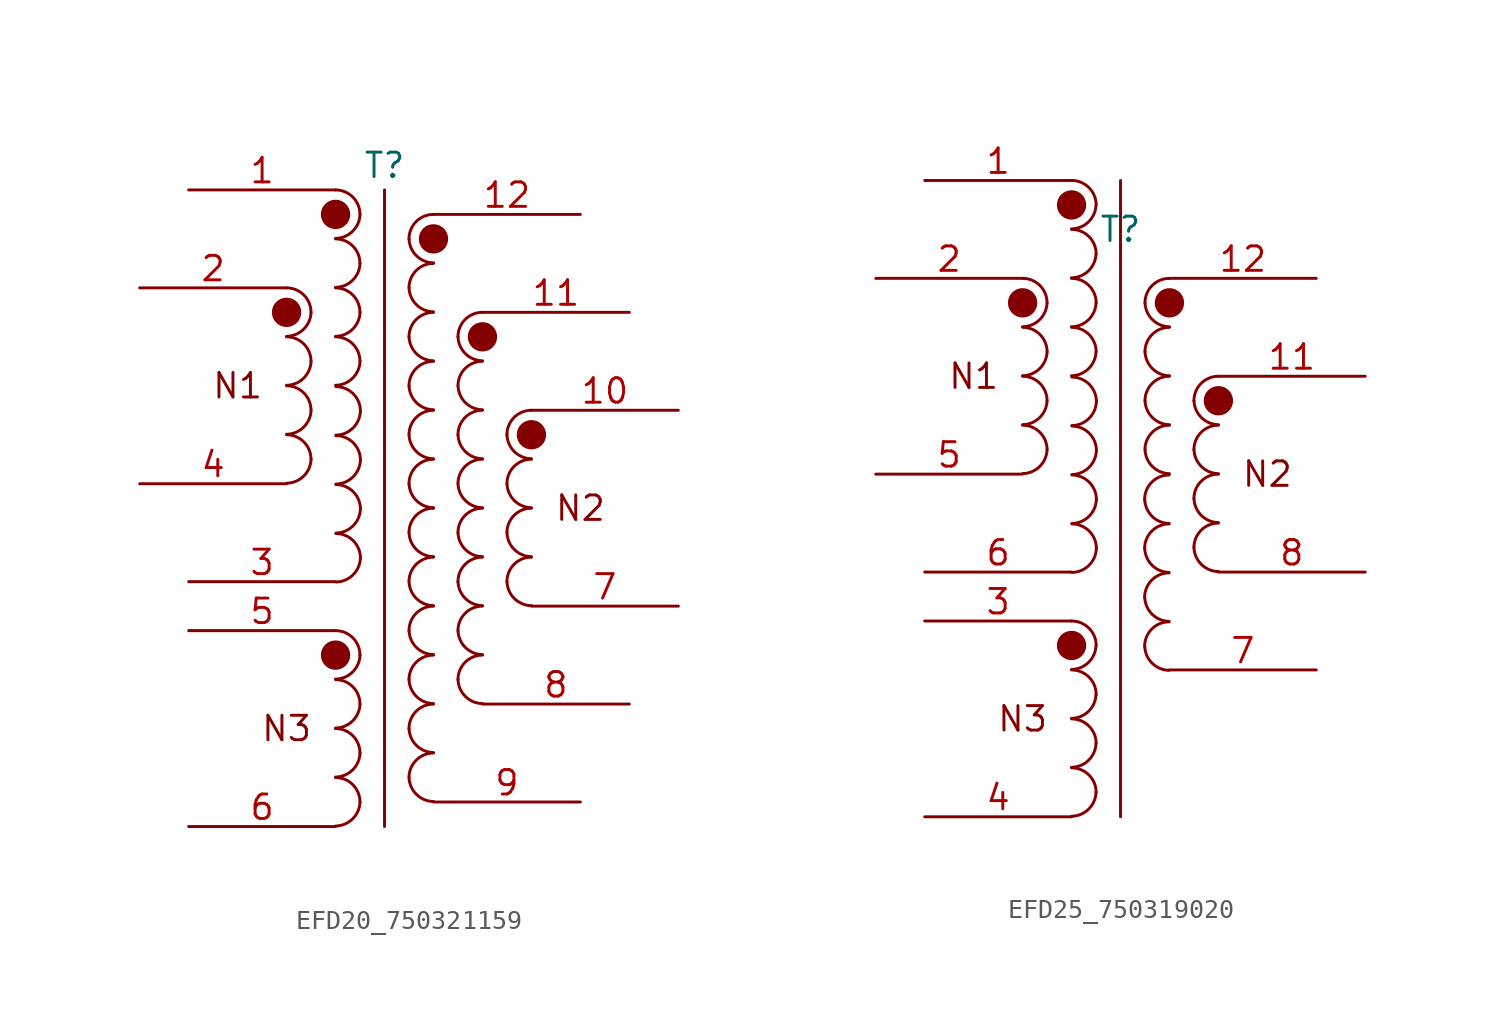
<source format=kicad_sym>
(kicad_symbol_lib
  (version 20220914)
  (generator kicad_symbol_editor)
  (symbol "EFD20_750321159"
    (pin_names hide)
    (property "Reference" "T"
      (at 0 17.78 0)
      (effects (font (size 1.27 1.27))))
    (symbol "EFD20_750321159_0_1"
      (arc (start -5.08 1.2954) (mid -4.1961 1.6637) (end -3.81 2.54) (stroke (width 0) (type default)) (fill (type none)))
      (arc (start -5.08 3.8354) (mid -4.1961 4.2037) (end -3.81 5.08) (stroke (width 0) (type default)) (fill (type none)))
      (arc (start -5.08 6.3754) (mid -4.1961 6.7437) (end -3.81 7.62) (stroke (width 0) (type default)) (fill (type none)))
      (arc (start -5.08 8.9154) (mid -4.1961 9.2837) (end -3.81 10.16) (stroke (width 0) (type default)) (fill (type none)))
      (arc (start -3.81 2.54) (mid -4.182 3.438) (end -5.08 3.81) (stroke (width 0) (type default)) (fill (type none)))
      (arc (start -3.81 5.08) (mid -4.182 5.978) (end -5.08 6.35) (stroke (width 0) (type default)) (fill (type none)))
      (arc (start -3.81 7.62) (mid -4.182 8.518) (end -5.08 8.89) (stroke (width 0) (type default)) (fill (type none)))
      (arc (start -3.81 10.16) (mid -4.182 11.058) (end -5.08 11.43) (stroke (width 0) (type default)) (fill (type none)))
      (arc (start -2.54 -16.4846) (mid -1.6561 -16.1163) (end -1.27 -15.24) (stroke (width 0) (type default)) (fill (type none)))
      (arc (start -2.54 -13.9446) (mid -1.6561 -13.5763) (end -1.27 -12.7) (stroke (width 0) (type default)) (fill (type none)))
      (arc (start -2.54 -11.4046) (mid -1.6561 -11.0363) (end -1.27 -10.16) (stroke (width 0) (type default)) (fill (type none)))
      (arc (start -2.54 -8.8646) (mid -1.6561 -8.4963) (end -1.27 -7.62) (stroke (width 0) (type default)) (fill (type none)))
      (arc (start -2.54 6.3754) (mid -1.6561 6.7437) (end -1.27 7.62) (stroke (width 0) (type default)) (fill (type none)))
      (arc (start -2.54 8.9154) (mid -1.6561 9.2837) (end -1.27 10.16) (stroke (width 0) (type default)) (fill (type none)))
      (arc (start -2.54 11.4554) (mid -1.6561 11.8237) (end -1.27 12.7) (stroke (width 0) (type default)) (fill (type none)))
      (arc (start -2.54 13.9954) (mid -1.6561 14.3637) (end -1.27 15.24) (stroke (width 0) (type default)) (fill (type none)))
      (arc (start -2.5215 -3.8291) (mid -1.6376 -3.4608) (end -1.2515 -2.5845) (stroke (width 0) (type default)) (fill (type none)))
      (arc (start -2.5215 -1.2891) (mid -1.6376 -0.9208) (end -1.2515 -0.0445) (stroke (width 0) (type default)) (fill (type none)))
      (arc (start -2.5215 1.2509) (mid -1.6376 1.6192) (end -1.2515 2.4955) (stroke (width 0) (type default)) (fill (type none)))
      (arc (start -2.5215 3.7909) (mid -1.6376 4.1592) (end -1.2515 5.0355) (stroke (width 0) (type default)) (fill (type none)))
      (arc (start -1.27 -15.24) (mid -1.642 -14.342) (end -2.54 -13.97) (stroke (width 0) (type default)) (fill (type none)))
      (arc (start -1.27 -12.7) (mid -1.642 -11.802) (end -2.54 -11.43) (stroke (width 0) (type default)) (fill (type none)))
      (arc (start -1.27 -10.16) (mid -1.642 -9.262) (end -2.54 -8.89) (stroke (width 0) (type default)) (fill (type none)))
      (arc (start -1.27 -7.62) (mid -1.642 -6.722) (end -2.54 -6.35) (stroke (width 0) (type default)) (fill (type none)))
      (arc (start -1.27 7.62) (mid -1.642 8.518) (end -2.54 8.89) (stroke (width 0) (type default)) (fill (type none)))
      (arc (start -1.27 10.16) (mid -1.642 11.058) (end -2.54 11.43) (stroke (width 0) (type default)) (fill (type none)))
      (arc (start -1.27 12.7) (mid -1.642 13.598) (end -2.54 13.97) (stroke (width 0) (type default)) (fill (type none)))
      (arc (start -1.27 15.24) (mid -1.642 16.138) (end -2.54 16.51) (stroke (width 0) (type default)) (fill (type none)))
      (arc (start -1.2515 -2.5845) (mid -1.6235 -1.6865) (end -2.5215 -1.3145) (stroke (width 0) (type default)) (fill (type none)))
      (arc (start -1.2515 -0.0445) (mid -1.6235 0.8535) (end -2.5215 1.2255) (stroke (width 0) (type default)) (fill (type none)))
      (arc (start -1.2515 2.4955) (mid -1.6235 3.3935) (end -2.5215 3.7655) (stroke (width 0) (type default)) (fill (type none)))
      (arc (start -1.2515 5.0355) (mid -1.6235 5.9335) (end -2.5215 6.3055) (stroke (width 0) (type default)) (fill (type none)))
      (polyline (pts (xy 0 16.51) (xy 0 -16.51)) (stroke (width 0) (type default)) (fill (type none)))
      (arc (start 1.27 -13.97) (mid 1.656 -14.8464) (end 2.54 -15.2146) (stroke (width 0) (type default)) (fill (type none)))
      (arc (start 1.27 -11.43) (mid 1.656 -12.3064) (end 2.54 -12.6746) (stroke (width 0) (type default)) (fill (type none)))
      (arc (start 1.27 -8.89) (mid 1.656 -9.7664) (end 2.54 -10.1346) (stroke (width 0) (type default)) (fill (type none)))
      (arc (start 1.27 -6.35) (mid 1.656 -7.2264) (end 2.54 -7.5946) (stroke (width 0) (type default)) (fill (type none)))
      (arc (start 1.27 -3.81) (mid 1.656 -4.6864) (end 2.54 -5.0546) (stroke (width 0) (type default)) (fill (type none)))
      (arc (start 1.27 -1.27) (mid 1.656 -2.1464) (end 2.54 -2.5146) (stroke (width 0) (type default)) (fill (type none)))
      (arc (start 1.27 1.27) (mid 1.656 0.3936) (end 2.54 0.0254) (stroke (width 0) (type default)) (fill (type none)))
      (arc (start 1.27 3.81) (mid 1.656 2.9336) (end 2.54 2.5654) (stroke (width 0) (type default)) (fill (type none)))
      (arc (start 1.27 6.35) (mid 1.656 5.4736) (end 2.54 5.1054) (stroke (width 0) (type default)) (fill (type none)))
      (arc (start 1.27 8.89) (mid 1.656 8.0136) (end 2.54 7.6454) (stroke (width 0) (type default)) (fill (type none)))
      (arc (start 1.27 11.43) (mid 1.656 10.5536) (end 2.54 10.1854) (stroke (width 0) (type default)) (fill (type none)))
      (arc (start 1.27 13.97) (mid 1.656 13.0936) (end 2.54 12.7254) (stroke (width 0) (type default)) (fill (type none)))
      (arc (start 2.54 -12.7) (mid 1.642 -13.072) (end 1.27 -13.97) (stroke (width 0) (type default)) (fill (type none)))
      (arc (start 2.54 -10.16) (mid 1.642 -10.532) (end 1.27 -11.43) (stroke (width 0) (type default)) (fill (type none)))
      (arc (start 2.54 -7.62) (mid 1.642 -7.992) (end 1.27 -8.89) (stroke (width 0) (type default)) (fill (type none)))
      (arc (start 2.54 -5.08) (mid 1.642 -5.452) (end 1.27 -6.35) (stroke (width 0) (type default)) (fill (type none)))
      (arc (start 2.54 -2.54) (mid 1.642 -2.912) (end 1.27 -3.81) (stroke (width 0) (type default)) (fill (type none)))
      (arc (start 2.54 0) (mid 1.642 -0.372) (end 1.27 -1.27) (stroke (width 0) (type default)) (fill (type none)))
      (arc (start 2.54 2.54) (mid 1.642 2.168) (end 1.27 1.27) (stroke (width 0) (type default)) (fill (type none)))
      (arc (start 2.54 5.08) (mid 1.642 4.708) (end 1.27 3.81) (stroke (width 0) (type default)) (fill (type none)))
      (arc (start 2.54 7.62) (mid 1.642 7.248) (end 1.27 6.35) (stroke (width 0) (type default)) (fill (type none)))
      (arc (start 2.54 10.16) (mid 1.642 9.788) (end 1.27 8.89) (stroke (width 0) (type default)) (fill (type none)))
      (arc (start 2.54 12.7) (mid 1.642 12.328) (end 1.27 11.43) (stroke (width 0) (type default)) (fill (type none)))
      (arc (start 2.54 15.24) (mid 1.642 14.868) (end 1.27 13.97) (stroke (width 0) (type default)) (fill (type none)))
      (arc (start 3.81 -8.89) (mid 4.196 -9.7664) (end 5.08 -10.1346) (stroke (width 0) (type default)) (fill (type none)))
      (arc (start 3.81 -6.35) (mid 4.196 -7.2264) (end 5.08 -7.5946) (stroke (width 0) (type default)) (fill (type none)))
      (arc (start 3.81 -3.81) (mid 4.196 -4.6864) (end 5.08 -5.0546) (stroke (width 0) (type default)) (fill (type none)))
      (arc (start 3.81 -1.27) (mid 4.196 -2.1464) (end 5.08 -2.5146) (stroke (width 0) (type default)) (fill (type none)))
      (arc (start 3.81 1.27) (mid 4.196 0.3936) (end 5.08 0.0254) (stroke (width 0) (type default)) (fill (type none)))
      (arc (start 3.81 3.81) (mid 4.196 2.9336) (end 5.08 2.5654) (stroke (width 0) (type default)) (fill (type none)))
      (arc (start 3.81 6.35) (mid 4.196 5.4736) (end 5.08 5.1054) (stroke (width 0) (type default)) (fill (type none)))
      (arc (start 3.81 8.89) (mid 4.196 8.0136) (end 5.08 7.6454) (stroke (width 0) (type default)) (fill (type none)))
      (arc (start 5.08 -7.62) (mid 4.182 -7.992) (end 3.81 -8.89) (stroke (width 0) (type default)) (fill (type none)))
      (arc (start 5.08 -5.08) (mid 4.182 -5.452) (end 3.81 -6.35) (stroke (width 0) (type default)) (fill (type none)))
      (arc (start 5.08 -2.54) (mid 4.182 -2.912) (end 3.81 -3.81) (stroke (width 0) (type default)) (fill (type none)))
      (arc (start 5.08 0) (mid 4.182 -0.372) (end 3.81 -1.27) (stroke (width 0) (type default)) (fill (type none)))
      (arc (start 5.08 2.54) (mid 4.182 2.168) (end 3.81 1.27) (stroke (width 0) (type default)) (fill (type none)))
      (arc (start 5.08 5.08) (mid 4.182 4.708) (end 3.81 3.81) (stroke (width 0) (type default)) (fill (type none)))
      (arc (start 5.08 7.62) (mid 4.182 7.248) (end 3.81 6.35) (stroke (width 0) (type default)) (fill (type none)))
      (arc (start 5.08 10.16) (mid 4.182 9.788) (end 3.81 8.89) (stroke (width 0) (type default)) (fill (type none)))
      (arc (start 6.35 -3.81) (mid 6.7361 -4.6863) (end 7.62 -5.0546) (stroke (width 0) (type default)) (fill (type none)))
      (arc (start 6.35 -1.27) (mid 6.7361 -2.1463) (end 7.62 -2.5146) (stroke (width 0) (type default)) (fill (type none)))
      (arc (start 6.35 1.27) (mid 6.7361 0.3937) (end 7.62 0.0254) (stroke (width 0) (type default)) (fill (type none)))
      (arc (start 6.35 3.81) (mid 6.7361 2.9337) (end 7.62 2.5654) (stroke (width 0) (type default)) (fill (type none)))
      (arc (start 7.62 -2.54) (mid 6.722 -2.912) (end 6.35 -3.81) (stroke (width 0) (type default)) (fill (type none)))
      (arc (start 7.62 0) (mid 6.722 -0.372) (end 6.35 -1.27) (stroke (width 0) (type default)) (fill (type none)))
      (arc (start 7.62 2.54) (mid 6.722 2.168) (end 6.35 1.27) (stroke (width 0) (type default)) (fill (type none)))
      (arc (start 7.62 5.08) (mid 6.722 4.708) (end 6.35 3.81) (stroke (width 0) (type default)) (fill (type none))))
    (symbol "EFD20_750321159_1_1"
      (circle (center -5.08 10.16) (radius 0.0001) (stroke (width 0.762) (type default)) (fill (type none)))
      (circle (center -2.54 -7.62) (radius 0.0001) (stroke (width 0.762) (type default)) (fill (type none)))
      (circle (center -2.54 15.24) (radius 0.0001) (stroke (width 0.762) (type default)) (fill (type none)))
      (circle (center 2.54 13.97) (radius 0.0001) (stroke (width 0.762) (type default)) (fill (type none)))
      (circle (center 5.08 8.89) (radius 0.0001) (stroke (width 0.762) (type default)) (fill (type none)))
      (circle (center 7.62 3.81) (radius 0.0001) (stroke (width 0.762) (type default)) (fill (type none)))
      (text "N1" (at -7.62 6.35 0) (effects (font (size 1.27 1.27))))
      (text "N2" (at 10.16 0 0) (effects (font (size 1.27 1.27))))
      (text "N3" (at -5.08 -11.43 0) (effects (font (size 1.27 1.27))))
      (pin passive line (at -10.16 16.51 0) (length 7.62) (name "1" (effects (font (size 1.27 1.27)))) (number "1" (effects (font (size 1.27 1.27)))))
      (pin passive line (at 15.24 5.08 180) (length 7.62) (name "10" (effects (font (size 1.27 1.27)))) (number "10" (effects (font (size 1.27 1.27)))))
      (pin passive line (at 12.7 10.16 180) (length 7.62) (name "11" (effects (font (size 1.27 1.27)))) (number "11" (effects (font (size 1.27 1.27)))))
      (pin passive line (at 10.16 15.24 180) (length 7.62) (name "12" (effects (font (size 1.27 1.27)))) (number "12" (effects (font (size 1.27 1.27)))))
      (pin passive line (at -12.7 11.43 0) (length 7.62) (name "2" (effects (font (size 1.27 1.27)))) (number "2" (effects (font (size 1.27 1.27)))))
      (pin passive line (at -10.16 -3.81 0) (length 7.62) (name "3" (effects (font (size 1.27 1.27)))) (number "3" (effects (font (size 1.27 1.27)))))
      (pin passive line (at -12.7 1.27 0) (length 7.62) (name "4" (effects (font (size 1.27 1.27)))) (number "4" (effects (font (size 1.27 1.27)))))
      (pin passive line (at -10.16 -6.35 0) (length 7.62) (name "5" (effects (font (size 1.27 1.27)))) (number "5" (effects (font (size 1.27 1.27)))))
      (pin passive line (at -10.16 -16.51 0) (length 7.62) (name "6" (effects (font (size 1.27 1.27)))) (number "6" (effects (font (size 1.27 1.27)))))
      (pin passive line (at 15.24 -5.08 180) (length 7.62) (name "7" (effects (font (size 1.27 1.27)))) (number "7" (effects (font (size 1.27 1.27)))))
      (pin passive line (at 12.7 -10.16 180) (length 7.62) (name "8" (effects (font (size 1.27 1.27)))) (number "8" (effects (font (size 1.27 1.27)))))
      (pin passive line (at 10.16 -15.24 180) (length 7.62) (name "9" (effects (font (size 1.27 1.27)))) (number "9" (effects (font (size 1.27 1.27)))))))
  (symbol "EFD25_750319020"
    (pin_names hide)
    (property "Reference" "T"
      (at 0 12.7 0)
      (effects (font (size 1.27 1.27))))
    (property "Critical Parameter" ""
      (at 0 -5.08 0)
      (effects (font (size 1.27 1.27)) (justify left)))
    (symbol "EFD25_750319020_0_1"
      (arc (start -5.08 0.0254) (mid -4.1961 0.3937) (end -3.81 1.27) (stroke (width 0) (type default)) (fill (type none)))
      (arc (start -5.08 2.5654) (mid -4.1961 2.9337) (end -3.81 3.81) (stroke (width 0) (type default)) (fill (type none)))
      (arc (start -5.08 5.1054) (mid -4.1961 5.4737) (end -3.81 6.35) (stroke (width 0) (type default)) (fill (type none)))
      (arc (start -5.08 7.6454) (mid -4.1961 8.0137) (end -3.81 8.89) (stroke (width 0) (type default)) (fill (type none)))
      (arc (start -3.81 1.27) (mid -4.182 2.168) (end -5.08 2.54) (stroke (width 0) (type default)) (fill (type none)))
      (arc (start -3.81 3.81) (mid -4.182 4.708) (end -5.08 5.08) (stroke (width 0) (type default)) (fill (type none)))
      (arc (start -3.81 6.35) (mid -4.182 7.248) (end -5.08 7.62) (stroke (width 0) (type default)) (fill (type none)))
      (arc (start -3.81 8.89) (mid -4.182 9.788) (end -5.08 10.16) (stroke (width 0) (type default)) (fill (type none)))
      (arc (start -2.54 -17.7546) (mid -1.6561 -17.3863) (end -1.27 -16.51) (stroke (width 0) (type default)) (fill (type none)))
      (arc (start -2.54 -15.2146) (mid -1.6561 -14.8463) (end -1.27 -13.97) (stroke (width 0) (type default)) (fill (type none)))
      (arc (start -2.54 -12.6746) (mid -1.6561 -12.3063) (end -1.27 -11.43) (stroke (width 0) (type default)) (fill (type none)))
      (arc (start -2.54 -10.1346) (mid -1.6561 -9.7663) (end -1.27 -8.89) (stroke (width 0) (type default)) (fill (type none)))
      (arc (start -2.54 5.1054) (mid -1.6561 5.4737) (end -1.27 6.35) (stroke (width 0) (type default)) (fill (type none)))
      (arc (start -2.54 7.6454) (mid -1.6561 8.0137) (end -1.27 8.89) (stroke (width 0) (type default)) (fill (type none)))
      (arc (start -2.54 10.1854) (mid -1.6561 10.5537) (end -1.27 11.43) (stroke (width 0) (type default)) (fill (type none)))
      (arc (start -2.54 12.7254) (mid -1.6561 13.0937) (end -1.27 13.97) (stroke (width 0) (type default)) (fill (type none)))
      (arc (start -2.5215 -5.0991) (mid -1.6376 -4.7308) (end -1.2515 -3.8545) (stroke (width 0) (type default)) (fill (type none)))
      (arc (start -2.5215 -2.5591) (mid -1.6376 -2.1908) (end -1.2515 -1.3145) (stroke (width 0) (type default)) (fill (type none)))
      (arc (start -2.5215 -0.0191) (mid -1.6376 0.3492) (end -1.2515 1.2255) (stroke (width 0) (type default)) (fill (type none)))
      (arc (start -2.5215 2.5209) (mid -1.6376 2.8892) (end -1.2515 3.7655) (stroke (width 0) (type default)) (fill (type none)))
      (arc (start -1.27 -16.51) (mid -1.642 -15.612) (end -2.54 -15.24) (stroke (width 0) (type default)) (fill (type none)))
      (arc (start -1.27 -13.97) (mid -1.642 -13.072) (end -2.54 -12.7) (stroke (width 0) (type default)) (fill (type none)))
      (arc (start -1.27 -11.43) (mid -1.642 -10.532) (end -2.54 -10.16) (stroke (width 0) (type default)) (fill (type none)))
      (arc (start -1.27 -8.89) (mid -1.642 -7.992) (end -2.54 -7.62) (stroke (width 0) (type default)) (fill (type none)))
      (arc (start -1.27 6.35) (mid -1.642 7.248) (end -2.54 7.62) (stroke (width 0) (type default)) (fill (type none)))
      (arc (start -1.27 8.89) (mid -1.642 9.788) (end -2.54 10.16) (stroke (width 0) (type default)) (fill (type none)))
      (arc (start -1.27 11.43) (mid -1.642 12.328) (end -2.54 12.7) (stroke (width 0) (type default)) (fill (type none)))
      (arc (start -1.27 13.97) (mid -1.642 14.868) (end -2.54 15.24) (stroke (width 0) (type default)) (fill (type none)))
      (arc (start -1.2515 -3.8545) (mid -1.6235 -2.9565) (end -2.5215 -2.5845) (stroke (width 0) (type default)) (fill (type none)))
      (arc (start -1.2515 -1.3145) (mid -1.6235 -0.4165) (end -2.5215 -0.0445) (stroke (width 0) (type default)) (fill (type none)))
      (arc (start -1.2515 1.2255) (mid -1.6235 2.1235) (end -2.5215 2.4955) (stroke (width 0) (type default)) (fill (type none)))
      (arc (start -1.2515 3.7655) (mid -1.6235 4.6635) (end -2.5215 5.0355) (stroke (width 0) (type default)) (fill (type none)))
      (polyline (pts (xy 0 15.24) (xy 0 -17.78)) (stroke (width 0) (type default)) (fill (type none)))
      (arc (start 1.2515 -8.9345) (mid 1.6376 -9.8108) (end 2.5215 -10.1791) (stroke (width 0) (type default)) (fill (type none)))
      (arc (start 1.2515 -6.3945) (mid 1.6376 -7.2708) (end 2.5215 -7.6391) (stroke (width 0) (type default)) (fill (type none)))
      (arc (start 1.2515 -3.8545) (mid 1.6376 -4.7308) (end 2.5215 -5.0991) (stroke (width 0) (type default)) (fill (type none)))
      (arc (start 1.2515 -1.3145) (mid 1.6376 -2.1908) (end 2.5215 -2.5591) (stroke (width 0) (type default)) (fill (type none)))
      (arc (start 1.27 1.27) (mid 1.6561 0.3937) (end 2.54 0.0254) (stroke (width 0) (type default)) (fill (type none)))
      (arc (start 1.27 3.81) (mid 1.6561 2.9337) (end 2.54 2.5654) (stroke (width 0) (type default)) (fill (type none)))
      (arc (start 1.27 6.35) (mid 1.6561 5.4737) (end 2.54 5.1054) (stroke (width 0) (type default)) (fill (type none)))
      (arc (start 1.27 8.89) (mid 1.6561 8.0137) (end 2.54 7.6454) (stroke (width 0) (type default)) (fill (type none)))
      (arc (start 2.5215 -7.6645) (mid 1.6235 -8.0365) (end 1.2515 -8.9345) (stroke (width 0) (type default)) (fill (type none)))
      (arc (start 2.5215 -5.1245) (mid 1.6235 -5.4965) (end 1.2515 -6.3945) (stroke (width 0) (type default)) (fill (type none)))
      (arc (start 2.5215 -2.5845) (mid 1.6235 -2.9565) (end 1.2515 -3.8545) (stroke (width 0) (type default)) (fill (type none)))
      (arc (start 2.5215 -0.0445) (mid 1.6235 -0.4165) (end 1.2515 -1.3145) (stroke (width 0) (type default)) (fill (type none)))
      (arc (start 2.54 2.54) (mid 1.642 2.168) (end 1.27 1.27) (stroke (width 0) (type default)) (fill (type none)))
      (arc (start 2.54 5.08) (mid 1.642 4.708) (end 1.27 3.81) (stroke (width 0) (type default)) (fill (type none)))
      (arc (start 2.54 7.62) (mid 1.642 7.248) (end 1.27 6.35) (stroke (width 0) (type default)) (fill (type none)))
      (arc (start 2.54 10.16) (mid 1.642 9.788) (end 1.27 8.89) (stroke (width 0) (type default)) (fill (type none)))
      (arc (start 3.81 -3.81) (mid 4.1961 -4.6863) (end 5.08 -5.0546) (stroke (width 0) (type default)) (fill (type none)))
      (arc (start 3.81 -1.27) (mid 4.1961 -2.1463) (end 5.08 -2.5146) (stroke (width 0) (type default)) (fill (type none)))
      (arc (start 3.81 1.27) (mid 4.1961 0.3937) (end 5.08 0.0254) (stroke (width 0) (type default)) (fill (type none)))
      (arc (start 3.81 3.81) (mid 4.1961 2.9337) (end 5.08 2.5654) (stroke (width 0) (type default)) (fill (type none)))
      (arc (start 5.08 -2.54) (mid 4.182 -2.912) (end 3.81 -3.81) (stroke (width 0) (type default)) (fill (type none)))
      (arc (start 5.08 0) (mid 4.182 -0.372) (end 3.81 -1.27) (stroke (width 0) (type default)) (fill (type none)))
      (arc (start 5.08 2.54) (mid 4.182 2.168) (end 3.81 1.27) (stroke (width 0) (type default)) (fill (type none)))
      (arc (start 5.08 5.08) (mid 4.182 4.708) (end 3.81 3.81) (stroke (width 0) (type default)) (fill (type none))))
    (symbol "EFD25_750319020_1_1"
      (circle (center -5.08 8.89) (radius 0.0001) (stroke (width 0.762) (type default)) (fill (type none)))
      (circle (center -2.54 -8.89) (radius 0.0001) (stroke (width 0.762) (type default)) (fill (type none)))
      (circle (center -2.54 13.97) (radius 0.0001) (stroke (width 0.762) (type default)) (fill (type none)))
      (circle (center 2.54 8.89) (radius 0.0001) (stroke (width 0.762) (type default)) (fill (type none)))
      (circle (center 5.08 3.81) (radius 0.0001) (stroke (width 0.762) (type default)) (fill (type none)))
      (text "N1" (at -7.62 5.08 0) (effects (font (size 1.27 1.27))))
      (text "N2" (at 7.62 0 0) (effects (font (size 1.27 1.27))))
      (text "N3" (at -5.08 -12.7 0) (effects (font (size 1.27 1.27))))
      (pin passive line (at -10.16 15.24 0) (length 7.62) (name "1" (effects (font (size 1.27 1.27)))) (number "1" (effects (font (size 1.27 1.27)))))
      (pin passive line (at 12.7 5.08 180) (length 7.62) (name "11" (effects (font (size 1.27 1.27)))) (number "11" (effects (font (size 1.27 1.27)))))
      (pin passive line (at 10.16 10.16 180) (length 7.62) (name "12" (effects (font (size 1.27 1.27)))) (number "12" (effects (font (size 1.27 1.27)))))
      (pin passive line (at -12.7 10.16 0) (length 7.62) (name "2" (effects (font (size 1.27 1.27)))) (number "2" (effects (font (size 1.27 1.27)))))
      (pin passive line (at -10.16 -7.62 0) (length 7.62) (name "3" (effects (font (size 1.27 1.27)))) (number "3" (effects (font (size 1.27 1.27)))))
      (pin passive line (at -10.16 -17.78 0) (length 7.62) (name "4" (effects (font (size 1.27 1.27)))) (number "4" (effects (font (size 1.27 1.27)))))
      (pin passive line (at -12.7 0 0) (length 7.62) (name "5" (effects (font (size 1.27 1.27)))) (number "5" (effects (font (size 1.27 1.27)))))
      (pin passive line (at -10.16 -5.08 0) (length 7.62) (name "6" (effects (font (size 1.27 1.27)))) (number "6" (effects (font (size 1.27 1.27)))))
      (pin passive line (at 10.16 -10.16 180) (length 7.62) (name "7" (effects (font (size 1.27 1.27)))) (number "7" (effects (font (size 1.27 1.27)))))
      (pin passive line (at 12.7 -5.08 180) (length 7.62) (name "8" (effects (font (size 1.27 1.27)))) (number "8" (effects (font (size 1.27 1.27))))))))
</source>
